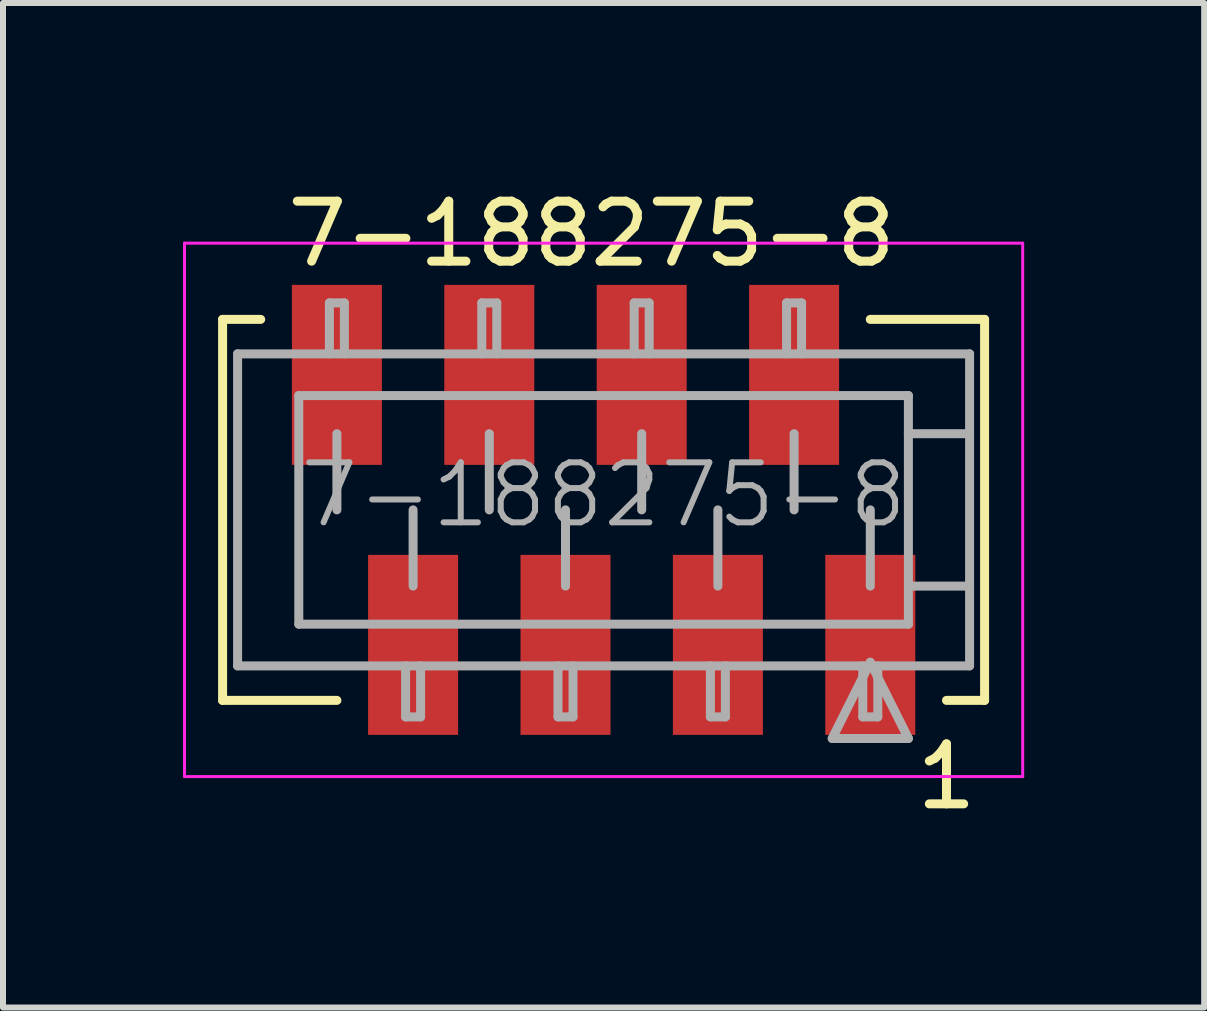
<source format=kicad_pcb>
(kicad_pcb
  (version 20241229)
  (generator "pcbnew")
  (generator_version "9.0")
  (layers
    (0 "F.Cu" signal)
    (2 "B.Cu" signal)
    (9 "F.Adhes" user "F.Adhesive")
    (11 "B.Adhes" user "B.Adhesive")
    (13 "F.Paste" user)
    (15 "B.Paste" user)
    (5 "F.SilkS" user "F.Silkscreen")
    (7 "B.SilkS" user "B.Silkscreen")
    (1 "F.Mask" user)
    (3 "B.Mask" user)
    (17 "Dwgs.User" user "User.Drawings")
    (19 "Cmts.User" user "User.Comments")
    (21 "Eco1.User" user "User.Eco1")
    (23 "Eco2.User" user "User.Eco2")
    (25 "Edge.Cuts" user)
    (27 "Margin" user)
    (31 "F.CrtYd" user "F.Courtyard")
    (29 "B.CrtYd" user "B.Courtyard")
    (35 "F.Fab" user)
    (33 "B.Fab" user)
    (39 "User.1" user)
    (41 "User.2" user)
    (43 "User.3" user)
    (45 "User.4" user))
  (footprint "7-188275-8"
    (layer "F.Cu")
    (at 7.01 5.448)
    (property "Reference" "7-188275-8" (at -0.2 -4.6 0) (layer "F.SilkS") (effects (font (size 1 1) (thickness 0.15))))
    (attr smd)
    (fp_line (start -6.35 -3.175) (end -6.35 3.175) (stroke (width 0.15) (type solid)) (layer "F.SilkS"))
    (fp_line (start -6.35 3.175) (end -4.445 3.175) (stroke (width 0.15) (type solid)) (layer "F.SilkS"))
    (fp_line (start -5.715 -3.175) (end -6.35 -3.175) (stroke (width 0.15) (type solid)) (layer "F.SilkS"))
    (fp_line (start 4.445 -3.175) (end 6.35 -3.175) (stroke (width 0.15) (type solid)) (layer "F.SilkS"))
    (fp_line (start 6.35 -3.175) (end 6.35 3.175) (stroke (width 0.15) (type solid)) (layer "F.SilkS"))
    (fp_line (start 6.35 3.175) (end 5.715 3.175) (stroke (width 0.15) (type solid)) (layer "F.SilkS"))
    (fp_line (start -6.985 -4.445) (end -6.985 4.445) (stroke (width 0.05) (type solid)) (layer "F.CrtYd"))
    (fp_line (start -6.985 4.445) (end 6.985 4.445) (stroke (width 0.05) (type solid)) (layer "F.CrtYd"))
    (fp_line (start 6.985 -4.445) (end -6.985 -4.445) (stroke (width 0.05) (type solid)) (layer "F.CrtYd"))
    (fp_line (start 6.985 -4.445) (end 6.985 4.445) (stroke (width 0.05) (type solid)) (layer "F.CrtYd"))
    (fp_line (start -6.1 -2.6) (end -6.1 2.6) (stroke (width 0.15) (type solid)) (layer "F.Fab"))
    (fp_line (start -6.1 -2.6) (end 6.1 -2.6) (stroke (width 0.15) (type solid)) (layer "F.Fab"))
    (fp_line (start -6.1 2.6) (end 6.1 2.6) (stroke (width 0.15) (type solid)) (layer "F.Fab"))
    (fp_line (start -5.08 -1.905) (end -5.08 1.905) (stroke (width 0.15) (type solid)) (layer "F.Fab"))
    (fp_line (start -5.08 1.905) (end 5.08 1.905) (stroke (width 0.15) (type solid)) (layer "F.Fab"))
    (fp_line (start -4.57 -3.45) (end -4.57 -2.6) (stroke (width 0.15) (type solid)) (layer "F.Fab"))
    (fp_line (start -4.57 -3.45) (end -4.32 -3.45) (stroke (width 0.15) (type solid)) (layer "F.Fab"))
    (fp_line (start -4.445 0) (end -4.445 -1.27) (stroke (width 0.15) (type solid)) (layer "F.Fab"))
    (fp_line (start -4.32 -2.6) (end -4.32 -3.45) (stroke (width 0.15) (type solid)) (layer "F.Fab"))
    (fp_line (start -3.3 2.6) (end -3.3 3.45) (stroke (width 0.15) (type solid)) (layer "F.Fab"))
    (fp_line (start -3.175 1.27) (end -3.175 0) (stroke (width 0.15) (type solid)) (layer "F.Fab"))
    (fp_line (start -3.05 3.45) (end -3.3 3.45) (stroke (width 0.15) (type solid)) (layer "F.Fab"))
    (fp_line (start -3.05 3.45) (end -3.05 2.6) (stroke (width 0.15) (type solid)) (layer "F.Fab"))
    (fp_line (start -2.03 -3.45) (end -2.03 -2.6) (stroke (width 0.15) (type solid)) (layer "F.Fab"))
    (fp_line (start -2.03 -3.45) (end -1.78 -3.45) (stroke (width 0.15) (type solid)) (layer "F.Fab"))
    (fp_line (start -1.905 -1.27) (end -1.905 0) (stroke (width 0.15) (type solid)) (layer "F.Fab"))
    (fp_line (start -1.78 -2.6) (end -1.78 -3.45) (stroke (width 0.15) (type solid)) (layer "F.Fab"))
    (fp_line (start -0.76 2.6) (end -0.76 3.45) (stroke (width 0.15) (type solid)) (layer "F.Fab"))
    (fp_line (start -0.635 1.27) (end -0.635 0) (stroke (width 0.15) (type solid)) (layer "F.Fab"))
    (fp_line (start -0.51 3.45) (end -0.76 3.45) (stroke (width 0.15) (type solid)) (layer "F.Fab"))
    (fp_line (start -0.51 3.45) (end -0.51 2.6) (stroke (width 0.15) (type solid)) (layer "F.Fab"))
    (fp_line (start 0.51 -3.45) (end 0.51 -2.6) (stroke (width 0.15) (type solid)) (layer "F.Fab"))
    (fp_line (start 0.51 -3.45) (end 0.76 -3.45) (stroke (width 0.15) (type solid)) (layer "F.Fab"))
    (fp_line (start 0.635 -1.27) (end 0.635 0) (stroke (width 0.15) (type solid)) (layer "F.Fab"))
    (fp_line (start 0.76 -2.6) (end 0.76 -3.45) (stroke (width 0.15) (type solid)) (layer "F.Fab"))
    (fp_line (start 1.78 2.6) (end 1.78 3.45) (stroke (width 0.15) (type solid)) (layer "F.Fab"))
    (fp_line (start 1.905 1.27) (end 1.905 0) (stroke (width 0.15) (type solid)) (layer "F.Fab"))
    (fp_line (start 2.03 3.45) (end 1.78 3.45) (stroke (width 0.15) (type solid)) (layer "F.Fab"))
    (fp_line (start 2.03 3.45) (end 2.03 2.6) (stroke (width 0.15) (type solid)) (layer "F.Fab"))
    (fp_line (start 3.05 -3.45) (end 3.05 -2.6) (stroke (width 0.15) (type solid)) (layer "F.Fab"))
    (fp_line (start 3.05 -3.45) (end 3.3 -3.45) (stroke (width 0.15) (type solid)) (layer "F.Fab"))
    (fp_line (start 3.175 -1.27) (end 3.175 0) (stroke (width 0.15) (type solid)) (layer "F.Fab"))
    (fp_line (start 3.3 -2.6) (end 3.3 -3.45) (stroke (width 0.15) (type solid)) (layer "F.Fab"))
    (fp_line (start 3.81 3.81) (end 5.08 3.81) (stroke (width 0.15) (type solid)) (layer "F.Fab"))
    (fp_line (start 4.32 2.6) (end 4.32 3.45) (stroke (width 0.15) (type solid)) (layer "F.Fab"))
    (fp_line (start 4.445 1.27) (end 4.445 0) (stroke (width 0.15) (type solid)) (layer "F.Fab"))
    (fp_line (start 4.445 2.54) (end 3.81 3.81) (stroke (width 0.15) (type solid)) (layer "F.Fab"))
    (fp_line (start 4.57 3.45) (end 4.32 3.45) (stroke (width 0.15) (type solid)) (layer "F.Fab"))
    (fp_line (start 4.57 3.45) (end 4.57 2.6) (stroke (width 0.15) (type solid)) (layer "F.Fab"))
    (fp_line (start 5.08 -1.905) (end -5.08 -1.905) (stroke (width 0.15) (type solid)) (layer "F.Fab"))
    (fp_line (start 5.08 -1.905) (end 5.08 -1.27) (stroke (width 0.15) (type solid)) (layer "F.Fab"))
    (fp_line (start 5.08 -1.27) (end 5.08 1.27) (stroke (width 0.15) (type solid)) (layer "F.Fab"))
    (fp_line (start 5.08 1.27) (end 6.1 1.27) (stroke (width 0.15) (type solid)) (layer "F.Fab"))
    (fp_line (start 5.08 1.905) (end 5.08 1.27) (stroke (width 0.15) (type solid)) (layer "F.Fab"))
    (fp_line (start 5.08 3.81) (end 4.445 2.54) (stroke (width 0.15) (type solid)) (layer "F.Fab"))
    (fp_line (start 6.1 -2.6) (end 6.1 2.6) (stroke (width 0.15) (type solid)) (layer "F.Fab"))
    (fp_line (start 6.1 -1.27) (end 5.08 -1.27) (stroke (width 0.15) (type solid)) (layer "F.Fab"))
    (fp_text user "1" (at 5.715 4.445 0) (layer "F.SilkS") (effects (font (size 1 1) (thickness 0.15))))
    (fp_text user "${REFERENCE}" (at 0 -0.25 0) (layer "F.Fab") (effects (font (size 1 1) (thickness 0.1))))
    (pad "1" smd rect (at 4.445 2.25) (size 1.5 3) (layers "F.Cu" "F.Mask" "F.Paste"))
    (pad "2" smd rect (at 3.175 -2.25) (size 1.5 3) (layers "F.Cu" "F.Mask" "F.Paste"))
    (pad "3" smd rect (at 1.905 2.25) (size 1.5 3) (layers "F.Cu" "F.Mask" "F.Paste"))
    (pad "4" smd rect (at 0.635 -2.25) (size 1.5 3) (layers "F.Cu" "F.Mask" "F.Paste"))
    (pad "5" smd rect (at -0.635 2.25) (size 1.5 3) (layers "F.Cu" "F.Mask" "F.Paste"))
    (pad "6" smd rect (at -1.905 -2.25) (size 1.5 3) (layers "F.Cu" "F.Mask" "F.Paste"))
    (pad "7" smd rect (at -3.175 2.25) (size 1.5 3) (layers "F.Cu" "F.Mask" "F.Paste"))
    (pad "8" smd rect (at -4.445 -2.25) (size 1.5 3) (layers "F.Cu" "F.Mask" "F.Paste")))
  (gr_rect
    (start -3 -3)
    (end 17.02 13.742)
    (stroke (width 0.1) (type default))
    (fill no)
    (layer "Edge.Cuts")))
</source>
